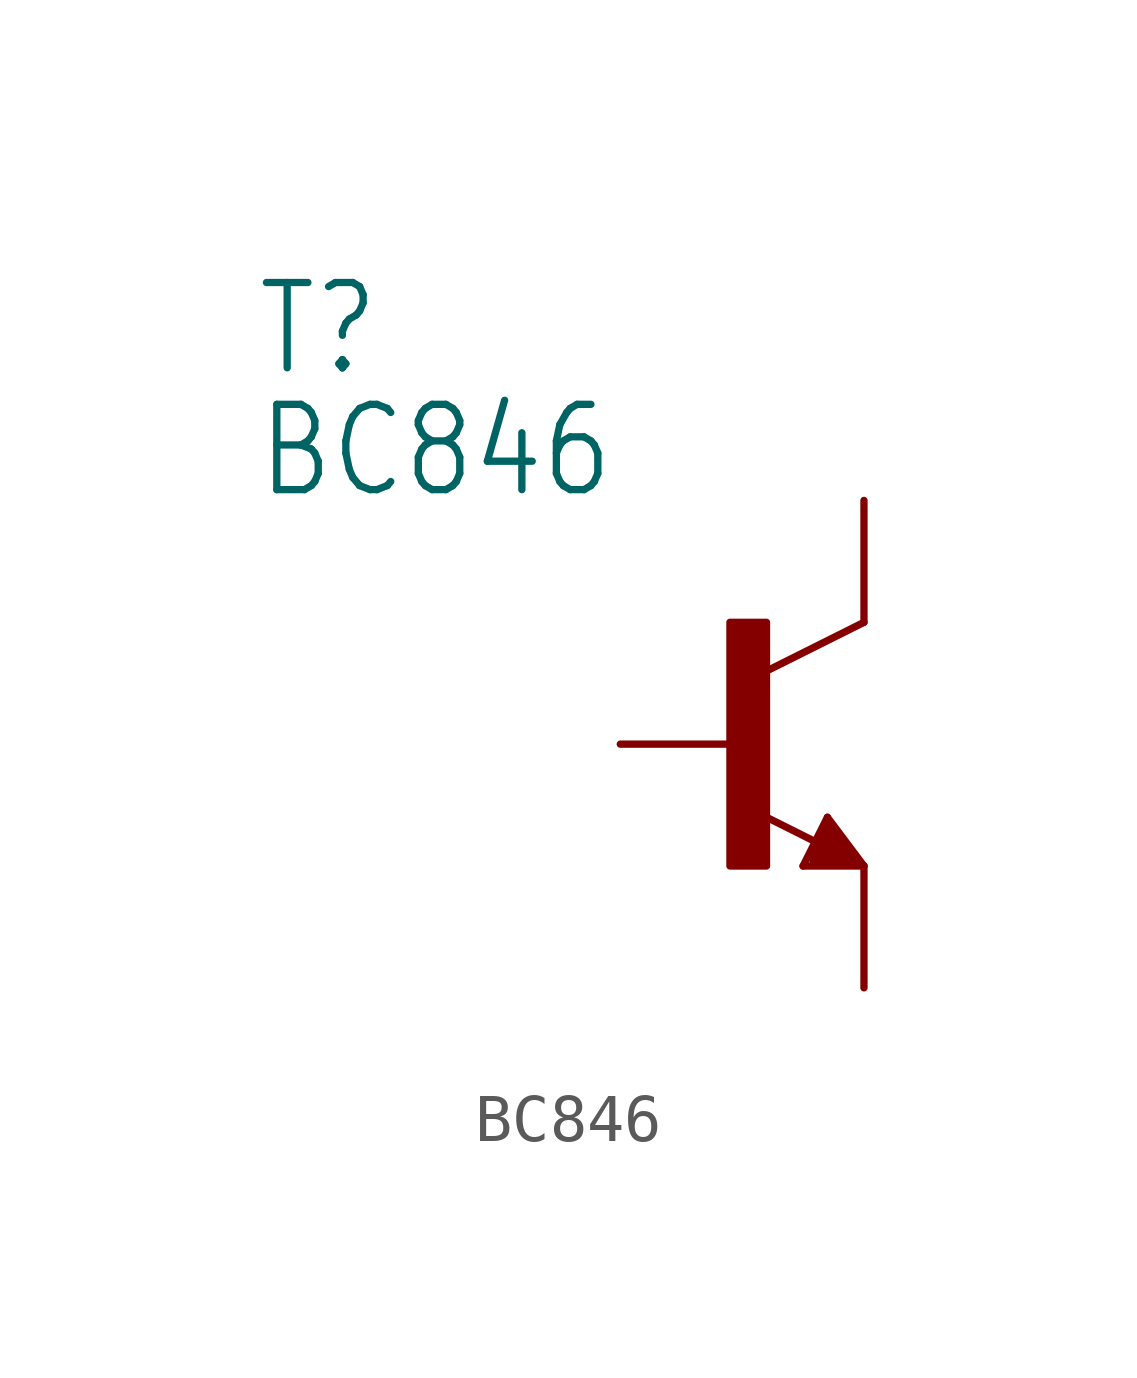
<source format=kicad_sym>
(kicad_symbol_lib
  (version 20211014)
  (generator kicad_symbol_editor)
  (symbol "BC846"
    (property "Reference" "T"
      (at -10.16 7.62 0)
      (effects (font (size 1.778 1.511)) (justify left bottom)))
    (property "Value" "BC846"
      (at -10.16 5.08 0)
      (effects (font (size 1.778 1.511)) (justify left bottom)))
    (property "ki_locked" ""
      (at 0 0 0)
      (effects (font (size 1.27 1.27))))
    (symbol "BC846_1_0"
      (rectangle (start -0.254 -2.54) (end 0.508 2.54) (stroke (width 0) (type default) (color 0 0 0 0)) (fill (type outline)))
      (polyline (pts (xy 1.27 -2.54) (xy 1.778 -1.524)) (stroke (width 0.152) (type default) (color 0 0 0 0)) (fill (type none)))
      (polyline (pts (xy 1.524 -2.413) (xy 2.286 -2.413)) (stroke (width 0.254) (type default) (color 0 0 0 0)) (fill (type none)))
      (polyline (pts (xy 1.524 -2.286) (xy 1.905 -2.286)) (stroke (width 0.254) (type default) (color 0 0 0 0)) (fill (type none)))
      (polyline (pts (xy 1.54 -2.04) (xy 0.308 -1.424)) (stroke (width 0.152) (type default) (color 0 0 0 0)) (fill (type none)))
      (polyline (pts (xy 1.778 -1.778) (xy 1.524 -2.286)) (stroke (width 0.254) (type default) (color 0 0 0 0)) (fill (type none)))
      (polyline (pts (xy 1.778 -1.524) (xy 2.54 -2.54)) (stroke (width 0.152) (type default) (color 0 0 0 0)) (fill (type none)))
      (polyline (pts (xy 1.905 -2.286) (xy 1.778 -2.032)) (stroke (width 0.254) (type default) (color 0 0 0 0)) (fill (type none)))
      (polyline (pts (xy 2.286 -2.413) (xy 1.778 -1.778)) (stroke (width 0.254) (type default) (color 0 0 0 0)) (fill (type none)))
      (polyline (pts (xy 2.54 -2.54) (xy 1.27 -2.54)) (stroke (width 0.152) (type default) (color 0 0 0 0)) (fill (type none)))
      (polyline (pts (xy 2.54 2.54) (xy 0.508 1.524)) (stroke (width 0.152) (type default) (color 0 0 0 0)) (fill (type none)))
      (pin passive line (at -2.54 0 0) (length 2.54) (name "B" (effects (font (size 0 0)))) (number "1" (effects (font (size 0 0)))))
      (pin passive line (at 2.54 -5.08 90) (length 2.54) (name "E" (effects (font (size 0 0)))) (number "2" (effects (font (size 0 0)))))
      (pin passive line (at 2.54 5.08 270) (length 2.54) (name "C" (effects (font (size 0 0)))) (number "3" (effects (font (size 0 0))))))))
</source>
